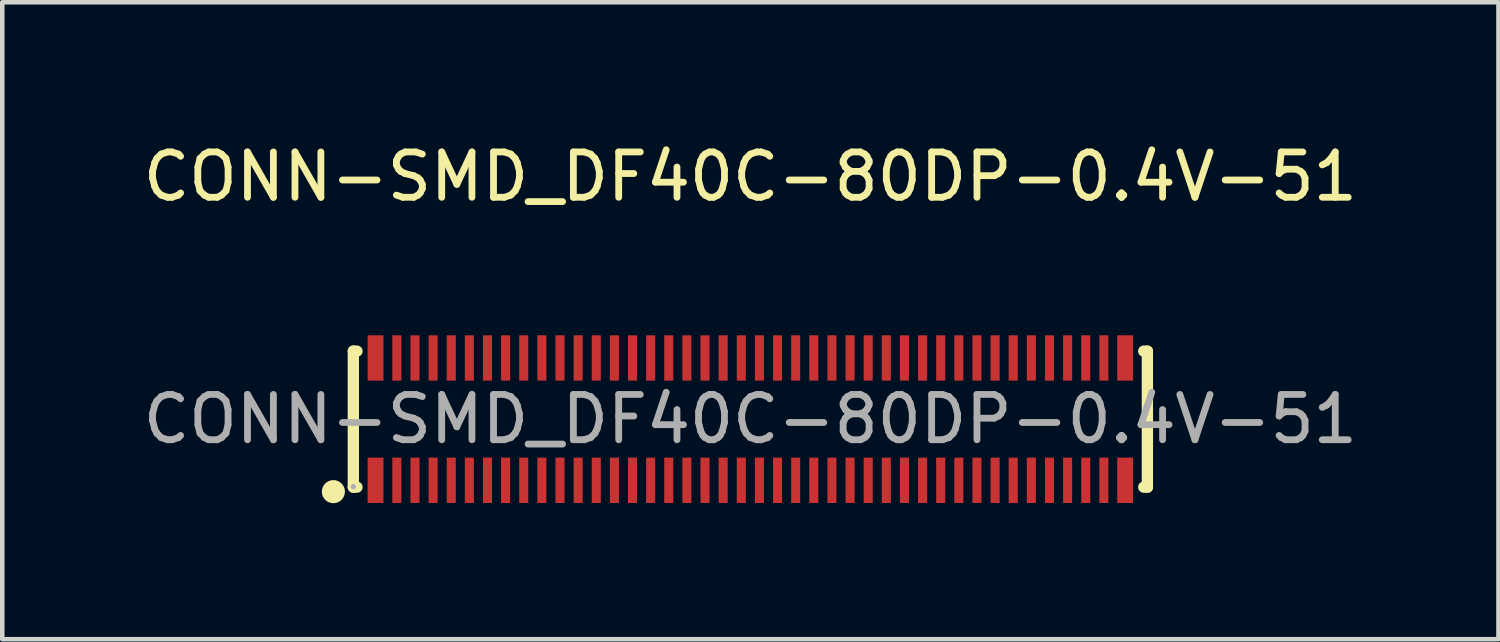
<source format=kicad_pcb>
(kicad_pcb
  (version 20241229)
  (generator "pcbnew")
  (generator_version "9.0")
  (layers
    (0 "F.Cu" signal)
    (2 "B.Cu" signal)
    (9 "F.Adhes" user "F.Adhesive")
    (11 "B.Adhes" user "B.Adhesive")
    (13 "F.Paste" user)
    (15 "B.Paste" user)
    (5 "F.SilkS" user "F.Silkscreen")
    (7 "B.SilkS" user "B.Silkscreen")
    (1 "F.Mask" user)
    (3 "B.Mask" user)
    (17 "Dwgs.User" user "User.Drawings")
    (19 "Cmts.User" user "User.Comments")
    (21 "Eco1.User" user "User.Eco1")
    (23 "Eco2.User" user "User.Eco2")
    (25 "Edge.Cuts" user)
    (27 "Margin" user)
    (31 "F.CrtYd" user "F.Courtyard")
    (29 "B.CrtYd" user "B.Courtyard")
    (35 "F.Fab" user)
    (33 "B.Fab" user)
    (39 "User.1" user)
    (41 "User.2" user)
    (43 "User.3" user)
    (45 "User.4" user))
  (footprint "CONN-SMD_DF40C-80DP-0.4V-51"
    (layer "F.Cu")
    (at 13.506 6.198)
    (property "Reference" "CONN-SMD_DF40C-80DP-0.4V-51" (at 0 -5.35 0) (layer "F.SilkS") (effects (font (size 1 1) (thickness 0.15))))
    (attr smd)
    (fp_line (start -8.76 -1.5) (end -8.76 1.5) (stroke (width 0.25) (type solid)) (layer "F.SilkS"))
    (fp_line (start -8.76 -1.5) (end -8.68 -1.5) (stroke (width 0.25) (type solid)) (layer "F.SilkS"))
    (fp_line (start -8.76 1.5) (end -8.68 1.5) (stroke (width 0.25) (type solid)) (layer "F.SilkS"))
    (fp_line (start 8.68 -1.5) (end 8.76 -1.5) (stroke (width 0.25) (type solid)) (layer "F.SilkS"))
    (fp_line (start 8.68 1.5) (end 8.76 1.5) (stroke (width 0.25) (type solid)) (layer "F.SilkS"))
    (fp_line (start 8.76 -1.5) (end 8.76 1.5) (stroke (width 0.25) (type solid)) (layer "F.SilkS"))
    (fp_circle (center -9.2 1.6) (end -9.07 1.6) (stroke (width 0.25) (type solid)) (fill no) (layer "F.SilkS"))
    (fp_circle (center -8.76 1.49) (end -8.73 1.49) (stroke (width 0.06) (type solid)) (fill no) (layer "F.Fab"))
    (fp_text user "${REFERENCE}" (at 0 0 0) (layer "F.Fab") (effects (font (size 1 1) (thickness 0.15))))
    (pad "1" smd rect (at -7.8 1.35) (size 0.2 1) (layers "F.Cu" "F.Mask" "F.Paste"))
    (pad "2" smd rect (at -7.4 1.35) (size 0.2 1) (layers "F.Cu" "F.Mask" "F.Paste"))
    (pad "3" smd rect (at -7 1.35) (size 0.2 1) (layers "F.Cu" "F.Mask" "F.Paste"))
    (pad "4" smd rect (at -6.6 1.35) (size 0.2 1) (layers "F.Cu" "F.Mask" "F.Paste"))
    (pad "5" smd rect (at -6.2 1.35) (size 0.2 1) (layers "F.Cu" "F.Mask" "F.Paste"))
    (pad "6" smd rect (at -5.8 1.35) (size 0.2 1) (layers "F.Cu" "F.Mask" "F.Paste"))
    (pad "7" smd rect (at -5.4 1.35) (size 0.2 1) (layers "F.Cu" "F.Mask" "F.Paste"))
    (pad "8" smd rect (at -5 1.35) (size 0.2 1) (layers "F.Cu" "F.Mask" "F.Paste"))
    (pad "9" smd rect (at -4.6 1.35) (size 0.2 1) (layers "F.Cu" "F.Mask" "F.Paste"))
    (pad "10" smd rect (at -4.2 1.35) (size 0.2 1) (layers "F.Cu" "F.Mask" "F.Paste"))
    (pad "11" smd rect (at -3.8 1.35) (size 0.2 1) (layers "F.Cu" "F.Mask" "F.Paste"))
    (pad "12" smd rect (at -3.4 1.35) (size 0.2 1) (layers "F.Cu" "F.Mask" "F.Paste"))
    (pad "13" smd rect (at -3 1.35) (size 0.2 1) (layers "F.Cu" "F.Mask" "F.Paste"))
    (pad "14" smd rect (at -2.6 1.35) (size 0.2 1) (layers "F.Cu" "F.Mask" "F.Paste"))
    (pad "15" smd rect (at -2.2 1.35) (size 0.2 1) (layers "F.Cu" "F.Mask" "F.Paste"))
    (pad "16" smd rect (at -1.8 1.35) (size 0.2 1) (layers "F.Cu" "F.Mask" "F.Paste"))
    (pad "17" smd rect (at -1.4 1.35) (size 0.2 1) (layers "F.Cu" "F.Mask" "F.Paste"))
    (pad "18" smd rect (at -1 1.35) (size 0.2 1) (layers "F.Cu" "F.Mask" "F.Paste"))
    (pad "19" smd rect (at -0.6 1.35) (size 0.2 1) (layers "F.Cu" "F.Mask" "F.Paste"))
    (pad "20" smd rect (at -0.2 1.35) (size 0.2 1) (layers "F.Cu" "F.Mask" "F.Paste"))
    (pad "21" smd rect (at 0.2 1.35) (size 0.2 1) (layers "F.Cu" "F.Mask" "F.Paste"))
    (pad "22" smd rect (at 0.6 1.35) (size 0.2 1) (layers "F.Cu" "F.Mask" "F.Paste"))
    (pad "23" smd rect (at 1 1.35) (size 0.2 1) (layers "F.Cu" "F.Mask" "F.Paste"))
    (pad "24" smd rect (at 1.4 1.35) (size 0.2 1) (layers "F.Cu" "F.Mask" "F.Paste"))
    (pad "25" smd rect (at 1.8 1.35) (size 0.2 1) (layers "F.Cu" "F.Mask" "F.Paste"))
    (pad "26" smd rect (at 2.2 1.35) (size 0.2 1) (layers "F.Cu" "F.Mask" "F.Paste"))
    (pad "27" smd rect (at 2.6 1.35) (size 0.2 1) (layers "F.Cu" "F.Mask" "F.Paste"))
    (pad "28" smd rect (at 3 1.35) (size 0.2 1) (layers "F.Cu" "F.Mask" "F.Paste"))
    (pad "29" smd rect (at 3.4 1.35) (size 0.2 1) (layers "F.Cu" "F.Mask" "F.Paste"))
    (pad "30" smd rect (at 3.8 1.35) (size 0.2 1) (layers "F.Cu" "F.Mask" "F.Paste"))
    (pad "31" smd rect (at 4.2 1.35) (size 0.2 1) (layers "F.Cu" "F.Mask" "F.Paste"))
    (pad "32" smd rect (at 4.6 1.35) (size 0.2 1) (layers "F.Cu" "F.Mask" "F.Paste"))
    (pad "33" smd rect (at 5 1.35) (size 0.2 1) (layers "F.Cu" "F.Mask" "F.Paste"))
    (pad "34" smd rect (at 5.4 1.35) (size 0.2 1) (layers "F.Cu" "F.Mask" "F.Paste"))
    (pad "35" smd rect (at 5.8 1.35) (size 0.2 1) (layers "F.Cu" "F.Mask" "F.Paste"))
    (pad "36" smd rect (at 6.2 1.35) (size 0.2 1) (layers "F.Cu" "F.Mask" "F.Paste"))
    (pad "37" smd rect (at 6.6 1.35) (size 0.2 1) (layers "F.Cu" "F.Mask" "F.Paste"))
    (pad "38" smd rect (at 7 1.35) (size 0.2 1) (layers "F.Cu" "F.Mask" "F.Paste"))
    (pad "39" smd rect (at 7.4 1.35) (size 0.2 1) (layers "F.Cu" "F.Mask" "F.Paste"))
    (pad "40" smd rect (at 7.8 1.35) (size 0.2 1) (layers "F.Cu" "F.Mask" "F.Paste"))
    (pad "41" smd rect (at 7.8 -1.35 180) (size 0.2 1) (layers "F.Cu" "F.Mask" "F.Paste"))
    (pad "42" smd rect (at 7.4 -1.35 180) (size 0.2 1) (layers "F.Cu" "F.Mask" "F.Paste"))
    (pad "43" smd rect (at 7 -1.35 180) (size 0.2 1) (layers "F.Cu" "F.Mask" "F.Paste"))
    (pad "44" smd rect (at 6.6 -1.35 180) (size 0.2 1) (layers "F.Cu" "F.Mask" "F.Paste"))
    (pad "45" smd rect (at 6.2 -1.35 180) (size 0.2 1) (layers "F.Cu" "F.Mask" "F.Paste"))
    (pad "46" smd rect (at 5.8 -1.35) (size 0.2 1) (layers "F.Cu" "F.Mask" "F.Paste"))
    (pad "47" smd rect (at 5.4 -1.35) (size 0.2 1) (layers "F.Cu" "F.Mask" "F.Paste"))
    (pad "48" smd rect (at 5 -1.35) (size 0.2 1) (layers "F.Cu" "F.Mask" "F.Paste"))
    (pad "49" smd rect (at 4.6 -1.35) (size 0.2 1) (layers "F.Cu" "F.Mask" "F.Paste"))
    (pad "50" smd rect (at 4.2 -1.35) (size 0.2 1) (layers "F.Cu" "F.Mask" "F.Paste"))
    (pad "51" smd rect (at 3.8 -1.35) (size 0.2 1) (layers "F.Cu" "F.Mask" "F.Paste"))
    (pad "52" smd rect (at 3.4 -1.35) (size 0.2 1) (layers "F.Cu" "F.Mask" "F.Paste"))
    (pad "53" smd rect (at 3 -1.35) (size 0.2 1) (layers "F.Cu" "F.Mask" "F.Paste"))
    (pad "54" smd rect (at 2.6 -1.35) (size 0.2 1) (layers "F.Cu" "F.Mask" "F.Paste"))
    (pad "55" smd rect (at 2.2 -1.35) (size 0.2 1) (layers "F.Cu" "F.Mask" "F.Paste"))
    (pad "56" smd rect (at 1.8 -1.35) (size 0.2 1) (layers "F.Cu" "F.Mask" "F.Paste"))
    (pad "57" smd rect (at 1.4 -1.35) (size 0.2 1) (layers "F.Cu" "F.Mask" "F.Paste"))
    (pad "58" smd rect (at 1 -1.35) (size 0.2 1) (layers "F.Cu" "F.Mask" "F.Paste"))
    (pad "59" smd rect (at 0.6 -1.35) (size 0.2 1) (layers "F.Cu" "F.Mask" "F.Paste"))
    (pad "60" smd rect (at 0.2 -1.35) (size 0.2 1) (layers "F.Cu" "F.Mask" "F.Paste"))
    (pad "61" smd rect (at -0.2 -1.35) (size 0.2 1) (layers "F.Cu" "F.Mask" "F.Paste"))
    (pad "62" smd rect (at -0.6 -1.35) (size 0.2 1) (layers "F.Cu" "F.Mask" "F.Paste"))
    (pad "63" smd rect (at -1 -1.35) (size 0.2 1) (layers "F.Cu" "F.Mask" "F.Paste"))
    (pad "64" smd rect (at -1.4 -1.35) (size 0.2 1) (layers "F.Cu" "F.Mask" "F.Paste"))
    (pad "65" smd rect (at -1.8 -1.35) (size 0.2 1) (layers "F.Cu" "F.Mask" "F.Paste"))
    (pad "66" smd rect (at -2.2 -1.35) (size 0.2 1) (layers "F.Cu" "F.Mask" "F.Paste"))
    (pad "67" smd rect (at -2.6 -1.35) (size 0.2 1) (layers "F.Cu" "F.Mask" "F.Paste"))
    (pad "68" smd rect (at -3 -1.35) (size 0.2 1) (layers "F.Cu" "F.Mask" "F.Paste"))
    (pad "69" smd rect (at -3.4 -1.35) (size 0.2 1) (layers "F.Cu" "F.Mask" "F.Paste"))
    (pad "70" smd rect (at -3.8 -1.35) (size 0.2 1) (layers "F.Cu" "F.Mask" "F.Paste"))
    (pad "71" smd rect (at -4.2 -1.35) (size 0.2 1) (layers "F.Cu" "F.Mask" "F.Paste"))
    (pad "72" smd rect (at -4.6 -1.35) (size 0.2 1) (layers "F.Cu" "F.Mask" "F.Paste"))
    (pad "73" smd rect (at -5 -1.35) (size 0.2 1) (layers "F.Cu" "F.Mask" "F.Paste"))
    (pad "74" smd rect (at -5.4 -1.35) (size 0.2 1) (layers "F.Cu" "F.Mask" "F.Paste"))
    (pad "75" smd rect (at -5.8 -1.35) (size 0.2 1) (layers "F.Cu" "F.Mask" "F.Paste"))
    (pad "76" smd rect (at -6.2 -1.35) (size 0.2 1) (layers "F.Cu" "F.Mask" "F.Paste"))
    (pad "77" smd rect (at -6.6 -1.35) (size 0.2 1) (layers "F.Cu" "F.Mask" "F.Paste"))
    (pad "78" smd rect (at -7 -1.35) (size 0.2 1) (layers "F.Cu" "F.Mask" "F.Paste"))
    (pad "79" smd rect (at -7.4 -1.35) (size 0.2 1) (layers "F.Cu" "F.Mask" "F.Paste"))
    (pad "80" smd rect (at -7.8 -1.35) (size 0.2 1) (layers "F.Cu" "F.Mask" "F.Paste"))
    (pad "81" smd rect (at -8.27 -1.35) (size 0.35 1) (layers "F.Cu" "F.Mask" "F.Paste"))
    (pad "82" smd rect (at -8.27 1.35) (size 0.35 1) (layers "F.Cu" "F.Mask" "F.Paste"))
    (pad "83" smd rect (at 8.27 1.35) (size 0.35 1) (layers "F.Cu" "F.Mask" "F.Paste"))
    (pad "84" smd rect (at 8.27 -1.35) (size 0.35 1) (layers "F.Cu" "F.Mask" "F.Paste")))
  (gr_rect
    (start -3 -3)
    (end 30.012 11.053)
    (stroke (width 0.1) (type default))
    (fill no)
    (layer "Edge.Cuts")))
</source>
